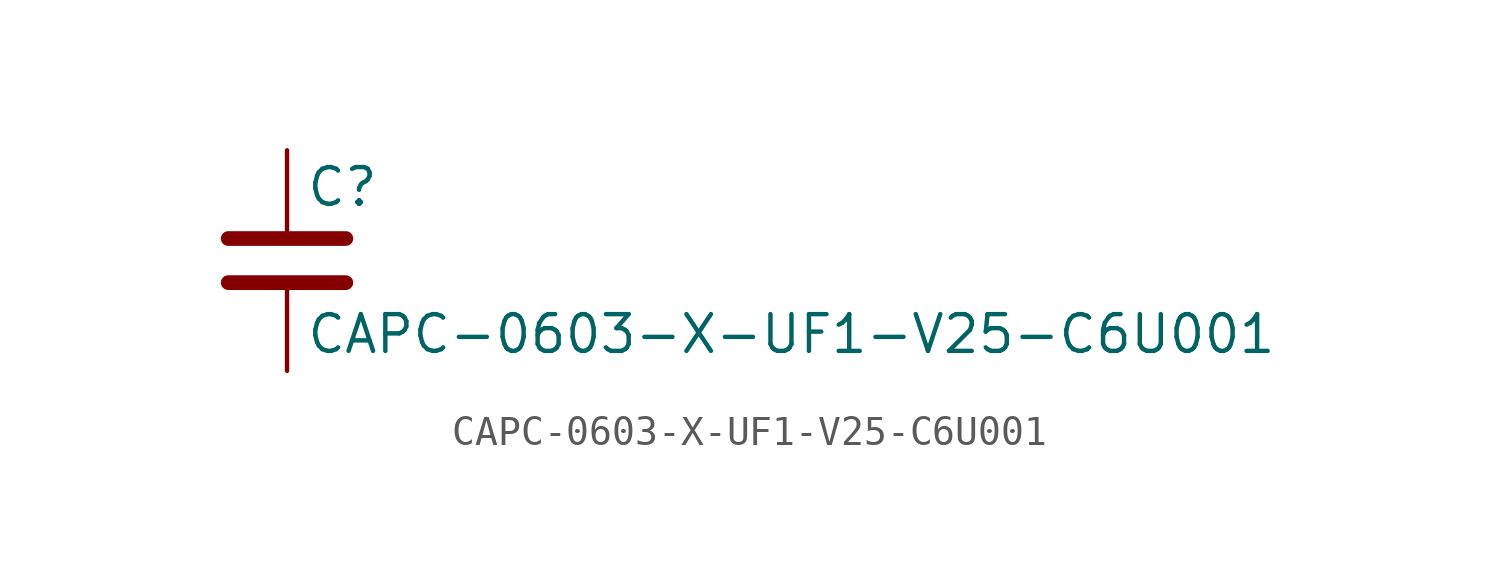
<source format=kicad_sym>
(kicad_symbol_lib
  (version 20211014)
  (generator kicad_symbol_editor)
  (symbol "CAPC-0603-X-UF1-V25-C6U001"
    (pin_numbers hide)
    (pin_names
      (offset 0.254))
    (property "Reference" "C"
      (at 0.635 2.54 0)
      (effects (font (size 1.27 1.27)) (justify left)))
    (property "Value" "CAPC-0603-X-UF1-V25-C6U001"
      (at 0.635 -2.54 0)
      (effects (font (size 1.27 1.27)) (justify left)))
    (symbol "CAPC-0603-X-UF1-V25-C6U001_0_1"
      (polyline (pts (xy -2.032 -0.762) (xy 2.032 -0.762)) (stroke (width 0.508) (type default) (color 0 0 0 0)) (fill (type none)))
      (polyline (pts (xy -2.032 0.762) (xy 2.032 0.762)) (stroke (width 0.508) (type default) (color 0 0 0 0)) (fill (type none))))
    (symbol "CAPC-0603-X-UF1-V25-C6U001_1_1"
      (pin passive line (at 0 3.81 270) (length 2.794) (name "~" (effects (font (size 1.27 1.27)))) (number "1" (effects (font (size 1.27 1.27)))))
      (pin passive line (at 0 -3.81 90) (length 2.794) (name "~" (effects (font (size 1.27 1.27)))) (number "2" (effects (font (size 1.27 1.27))))))))
</source>
